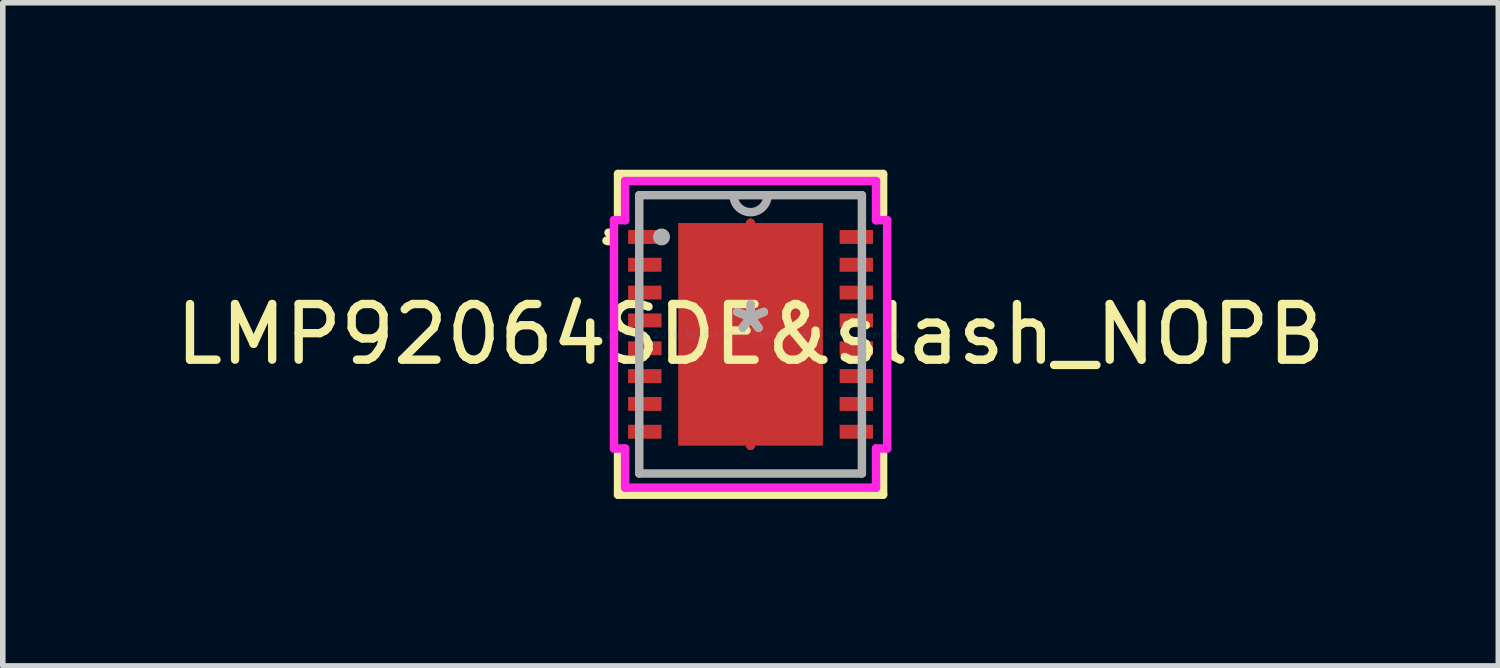
<source format=kicad_pcb>
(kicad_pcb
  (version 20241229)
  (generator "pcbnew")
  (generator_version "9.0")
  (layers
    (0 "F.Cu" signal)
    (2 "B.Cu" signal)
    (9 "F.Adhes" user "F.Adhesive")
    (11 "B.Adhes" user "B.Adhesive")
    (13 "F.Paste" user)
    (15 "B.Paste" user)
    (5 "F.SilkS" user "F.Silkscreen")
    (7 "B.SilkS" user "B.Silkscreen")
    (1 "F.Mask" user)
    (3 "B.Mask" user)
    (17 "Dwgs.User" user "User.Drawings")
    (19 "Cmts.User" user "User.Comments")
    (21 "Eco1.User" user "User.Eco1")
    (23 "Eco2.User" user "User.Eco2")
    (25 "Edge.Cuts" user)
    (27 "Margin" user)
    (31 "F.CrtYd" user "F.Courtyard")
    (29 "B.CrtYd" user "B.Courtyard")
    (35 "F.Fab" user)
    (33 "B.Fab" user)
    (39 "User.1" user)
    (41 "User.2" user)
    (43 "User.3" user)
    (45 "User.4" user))
  (footprint "LMP92064SDE&slash_NOPB"
    (layer "F.Cu")
    (at 10.435 2.957)
    (property "Reference" "LMP92064SDE&slash_NOPB" (at 0 0 0) (layer "F.SilkS") (effects (font (size 1 1) (thickness 0.15))))
    (attr through_hole)
    (fp_line (start 0 -2) (end 0 -2) (stroke (width 0.152) (type solid)) (layer "F.Cu"))
    (fp_line (start 0 -2) (end 0 -2) (stroke (width 0.152) (type solid)) (layer "F.Cu"))
    (fp_line (start 0 -2) (end 0 -2) (stroke (width 0.152) (type solid)) (layer "F.Cu"))
    (fp_line (start 0 -2) (end 0 -2) (stroke (width 0.152) (type solid)) (layer "F.Cu"))
    (fp_line (start 0 -2) (end 0 -2) (stroke (width 0.152) (type solid)) (layer "F.Cu"))
    (fp_line (start 0 -2) (end 0 -2) (stroke (width 0.152) (type solid)) (layer "F.Cu"))
    (fp_line (start 0 -2) (end 0 -2) (stroke (width 0.152) (type solid)) (layer "F.Cu"))
    (fp_line (start 0 -2) (end 0 -2) (stroke (width 0.152) (type solid)) (layer "F.Cu"))
    (fp_line (start 0 2) (end 0 2) (stroke (width 0.152) (type solid)) (layer "F.Cu"))
    (fp_line (start 0 2) (end 0 2) (stroke (width 0.152) (type solid)) (layer "F.Cu"))
    (fp_line (start 0 2) (end 0 2) (stroke (width 0.152) (type solid)) (layer "F.Cu"))
    (fp_line (start 0 2) (end 0 2) (stroke (width 0.152) (type solid)) (layer "F.Cu"))
    (fp_line (start 0 2) (end 0 2) (stroke (width 0.152) (type solid)) (layer "F.Cu"))
    (fp_line (start 0 2) (end 0 2) (stroke (width 0.152) (type solid)) (layer "F.Cu"))
    (fp_line (start 0 2) (end 0 2) (stroke (width 0.152) (type solid)) (layer "F.Cu"))
    (fp_line (start 0 2) (end 0 2) (stroke (width 0.152) (type solid)) (layer "F.Cu"))
    (fp_line (start -2.2 -1.875) (end -2.2 -1.625) (stroke (width 0.152) (type solid)) (layer "F.Mask"))
    (fp_line (start -2.2 -1.625) (end -1.6 -1.625) (stroke (width 0.152) (type solid)) (layer "F.Mask"))
    (fp_line (start -2.2 -1.375) (end -2.2 -1.125) (stroke (width 0.152) (type solid)) (layer "F.Mask"))
    (fp_line (start -2.2 -1.125) (end -1.6 -1.125) (stroke (width 0.152) (type solid)) (layer "F.Mask"))
    (fp_line (start -2.2 -0.875) (end -2.2 -0.625) (stroke (width 0.152) (type solid)) (layer "F.Mask"))
    (fp_line (start -2.2 -0.625) (end -1.6 -0.625) (stroke (width 0.152) (type solid)) (layer "F.Mask"))
    (fp_line (start -2.2 -0.375) (end -2.2 -0.125) (stroke (width 0.152) (type solid)) (layer "F.Mask"))
    (fp_line (start -2.2 -0.125) (end -1.6 -0.125) (stroke (width 0.152) (type solid)) (layer "F.Mask"))
    (fp_line (start -2.2 0.125) (end -2.2 0.375) (stroke (width 0.152) (type solid)) (layer "F.Mask"))
    (fp_line (start -2.2 0.375) (end -1.6 0.375) (stroke (width 0.152) (type solid)) (layer "F.Mask"))
    (fp_line (start -2.2 0.625) (end -2.2 0.875) (stroke (width 0.152) (type solid)) (layer "F.Mask"))
    (fp_line (start -2.2 0.875) (end -1.6 0.875) (stroke (width 0.152) (type solid)) (layer "F.Mask"))
    (fp_line (start -2.2 1.125) (end -2.2 1.375) (stroke (width 0.152) (type solid)) (layer "F.Mask"))
    (fp_line (start -2.2 1.375) (end -1.6 1.375) (stroke (width 0.152) (type solid)) (layer "F.Mask"))
    (fp_line (start -2.2 1.625) (end -2.2 1.875) (stroke (width 0.152) (type solid)) (layer "F.Mask"))
    (fp_line (start -2.2 1.875) (end -1.6 1.875) (stroke (width 0.152) (type solid)) (layer "F.Mask"))
    (fp_line (start -1.6 -1.875) (end -2.2 -1.875) (stroke (width 0.152) (type solid)) (layer "F.Mask"))
    (fp_line (start -1.6 -1.625) (end -1.6 -1.875) (stroke (width 0.152) (type solid)) (layer "F.Mask"))
    (fp_line (start -1.6 -1.375) (end -2.2 -1.375) (stroke (width 0.152) (type solid)) (layer "F.Mask"))
    (fp_line (start -1.6 -1.125) (end -1.6 -1.375) (stroke (width 0.152) (type solid)) (layer "F.Mask"))
    (fp_line (start -1.6 -0.875) (end -2.2 -0.875) (stroke (width 0.152) (type solid)) (layer "F.Mask"))
    (fp_line (start -1.6 -0.625) (end -1.6 -0.875) (stroke (width 0.152) (type solid)) (layer "F.Mask"))
    (fp_line (start -1.6 -0.375) (end -2.2 -0.375) (stroke (width 0.152) (type solid)) (layer "F.Mask"))
    (fp_line (start -1.6 -0.125) (end -1.6 -0.375) (stroke (width 0.152) (type solid)) (layer "F.Mask"))
    (fp_line (start -1.6 0.125) (end -2.2 0.125) (stroke (width 0.152) (type solid)) (layer "F.Mask"))
    (fp_line (start -1.6 0.375) (end -1.6 0.125) (stroke (width 0.152) (type solid)) (layer "F.Mask"))
    (fp_line (start -1.6 0.625) (end -2.2 0.625) (stroke (width 0.152) (type solid)) (layer "F.Mask"))
    (fp_line (start -1.6 0.875) (end -1.6 0.625) (stroke (width 0.152) (type solid)) (layer "F.Mask"))
    (fp_line (start -1.6 1.125) (end -2.2 1.125) (stroke (width 0.152) (type solid)) (layer "F.Mask"))
    (fp_line (start -1.6 1.375) (end -1.6 1.125) (stroke (width 0.152) (type solid)) (layer "F.Mask"))
    (fp_line (start -1.6 1.625) (end -2.2 1.625) (stroke (width 0.152) (type solid)) (layer "F.Mask"))
    (fp_line (start -1.6 1.875) (end -1.6 1.625) (stroke (width 0.152) (type solid)) (layer "F.Mask"))
    (fp_line (start 0 -2) (end 0 -2) (stroke (width 0.152) (type solid)) (layer "F.Mask"))
    (fp_line (start 0 -2) (end 0 -2) (stroke (width 0.152) (type solid)) (layer "F.Mask"))
    (fp_line (start 0 -2) (end 0 -2) (stroke (width 0.152) (type solid)) (layer "F.Mask"))
    (fp_line (start 0 -2) (end 0 -2) (stroke (width 0.152) (type solid)) (layer "F.Mask"))
    (fp_line (start 0 -2) (end 0 -2) (stroke (width 0.152) (type solid)) (layer "F.Mask"))
    (fp_line (start 0 -2) (end 0 -2) (stroke (width 0.152) (type solid)) (layer "F.Mask"))
    (fp_line (start 0 -2) (end 0 -2) (stroke (width 0.152) (type solid)) (layer "F.Mask"))
    (fp_line (start 0 -2) (end 0 -2) (stroke (width 0.152) (type solid)) (layer "F.Mask"))
    (fp_line (start 0 2) (end 0 2) (stroke (width 0.152) (type solid)) (layer "F.Mask"))
    (fp_line (start 0 2) (end 0 2) (stroke (width 0.152) (type solid)) (layer "F.Mask"))
    (fp_line (start 0 2) (end 0 2) (stroke (width 0.152) (type solid)) (layer "F.Mask"))
    (fp_line (start 0 2) (end 0 2) (stroke (width 0.152) (type solid)) (layer "F.Mask"))
    (fp_line (start 0 2) (end 0 2) (stroke (width 0.152) (type solid)) (layer "F.Mask"))
    (fp_line (start 0 2) (end 0 2) (stroke (width 0.152) (type solid)) (layer "F.Mask"))
    (fp_line (start 0 2) (end 0 2) (stroke (width 0.152) (type solid)) (layer "F.Mask"))
    (fp_line (start 0 2) (end 0 2) (stroke (width 0.152) (type solid)) (layer "F.Mask"))
    (fp_line (start 1.6 -1.875) (end 1.6 -1.625) (stroke (width 0.152) (type solid)) (layer "F.Mask"))
    (fp_line (start 1.6 -1.625) (end 2.2 -1.625) (stroke (width 0.152) (type solid)) (layer "F.Mask"))
    (fp_line (start 1.6 -1.375) (end 1.6 -1.125) (stroke (width 0.152) (type solid)) (layer "F.Mask"))
    (fp_line (start 1.6 -1.125) (end 2.2 -1.125) (stroke (width 0.152) (type solid)) (layer "F.Mask"))
    (fp_line (start 1.6 -0.875) (end 1.6 -0.625) (stroke (width 0.152) (type solid)) (layer "F.Mask"))
    (fp_line (start 1.6 -0.625) (end 2.2 -0.625) (stroke (width 0.152) (type solid)) (layer "F.Mask"))
    (fp_line (start 1.6 -0.375) (end 1.6 -0.125) (stroke (width 0.152) (type solid)) (layer "F.Mask"))
    (fp_line (start 1.6 -0.125) (end 2.2 -0.125) (stroke (width 0.152) (type solid)) (layer "F.Mask"))
    (fp_line (start 1.6 0.125) (end 1.6 0.375) (stroke (width 0.152) (type solid)) (layer "F.Mask"))
    (fp_line (start 1.6 0.375) (end 2.2 0.375) (stroke (width 0.152) (type solid)) (layer "F.Mask"))
    (fp_line (start 1.6 0.625) (end 1.6 0.875) (stroke (width 0.152) (type solid)) (layer "F.Mask"))
    (fp_line (start 1.6 0.875) (end 2.2 0.875) (stroke (width 0.152) (type solid)) (layer "F.Mask"))
    (fp_line (start 1.6 1.125) (end 1.6 1.375) (stroke (width 0.152) (type solid)) (layer "F.Mask"))
    (fp_line (start 1.6 1.375) (end 2.2 1.375) (stroke (width 0.152) (type solid)) (layer "F.Mask"))
    (fp_line (start 1.6 1.625) (end 1.6 1.875) (stroke (width 0.152) (type solid)) (layer "F.Mask"))
    (fp_line (start 1.6 1.875) (end 2.2 1.875) (stroke (width 0.152) (type solid)) (layer "F.Mask"))
    (fp_line (start 2.2 -1.875) (end 1.6 -1.875) (stroke (width 0.152) (type solid)) (layer "F.Mask"))
    (fp_line (start 2.2 -1.625) (end 2.2 -1.875) (stroke (width 0.152) (type solid)) (layer "F.Mask"))
    (fp_line (start 2.2 -1.375) (end 1.6 -1.375) (stroke (width 0.152) (type solid)) (layer "F.Mask"))
    (fp_line (start 2.2 -1.125) (end 2.2 -1.375) (stroke (width 0.152) (type solid)) (layer "F.Mask"))
    (fp_line (start 2.2 -0.875) (end 1.6 -0.875) (stroke (width 0.152) (type solid)) (layer "F.Mask"))
    (fp_line (start 2.2 -0.625) (end 2.2 -0.875) (stroke (width 0.152) (type solid)) (layer "F.Mask"))
    (fp_line (start 2.2 -0.375) (end 1.6 -0.375) (stroke (width 0.152) (type solid)) (layer "F.Mask"))
    (fp_line (start 2.2 -0.125) (end 2.2 -0.375) (stroke (width 0.152) (type solid)) (layer "F.Mask"))
    (fp_line (start 2.2 0.125) (end 1.6 0.125) (stroke (width 0.152) (type solid)) (layer "F.Mask"))
    (fp_line (start 2.2 0.375) (end 2.2 0.125) (stroke (width 0.152) (type solid)) (layer "F.Mask"))
    (fp_line (start 2.2 0.625) (end 1.6 0.625) (stroke (width 0.152) (type solid)) (layer "F.Mask"))
    (fp_line (start 2.2 0.875) (end 2.2 0.625) (stroke (width 0.152) (type solid)) (layer "F.Mask"))
    (fp_line (start 2.2 1.125) (end 1.6 1.125) (stroke (width 0.152) (type solid)) (layer "F.Mask"))
    (fp_line (start 2.2 1.375) (end 2.2 1.125) (stroke (width 0.152) (type solid)) (layer "F.Mask"))
    (fp_line (start 2.2 1.625) (end 1.6 1.625) (stroke (width 0.152) (type solid)) (layer "F.Mask"))
    (fp_line (start 2.2 1.875) (end 2.2 1.625) (stroke (width 0.152) (type solid)) (layer "F.Mask"))
    (fp_line (start -2.381 -2.881) (end -2.381 -2.154) (stroke (width 0.152) (type solid)) (layer "F.SilkS"))
    (fp_line (start -2.381 2.154) (end -2.381 2.881) (stroke (width 0.152) (type solid)) (layer "F.SilkS"))
    (fp_line (start -2.381 2.881) (end 2.381 2.881) (stroke (width 0.152) (type solid)) (layer "F.SilkS"))
    (fp_line (start 2.381 -2.881) (end -2.381 -2.881) (stroke (width 0.152) (type solid)) (layer "F.SilkS"))
    (fp_line (start 2.381 -2.154) (end 2.381 -2.881) (stroke (width 0.152) (type solid)) (layer "F.SilkS"))
    (fp_line (start 2.381 2.881) (end 2.381 2.154) (stroke (width 0.152) (type solid)) (layer "F.SilkS"))
    (fp_arc (start -2.5516 -1.8262) (mid -2.477771 -1.731139) (end -2.588149 -1.683137) (stroke (width 0.1524) (type solid)) (layer "F.SilkS"))
    (fp_line (start -2.2 -1.875) (end -2.2 -1.625) (stroke (width 0.152) (type solid)) (layer "F.Paste"))
    (fp_line (start -2.2 -1.625) (end -1.6 -1.625) (stroke (width 0.152) (type solid)) (layer "F.Paste"))
    (fp_line (start -2.2 -1.375) (end -2.2 -1.125) (stroke (width 0.152) (type solid)) (layer "F.Paste"))
    (fp_line (start -2.2 -1.125) (end -1.6 -1.125) (stroke (width 0.152) (type solid)) (layer "F.Paste"))
    (fp_line (start -2.2 -0.875) (end -2.2 -0.625) (stroke (width 0.152) (type solid)) (layer "F.Paste"))
    (fp_line (start -2.2 -0.625) (end -1.6 -0.625) (stroke (width 0.152) (type solid)) (layer "F.Paste"))
    (fp_line (start -2.2 -0.375) (end -2.2 -0.125) (stroke (width 0.152) (type solid)) (layer "F.Paste"))
    (fp_line (start -2.2 -0.125) (end -1.6 -0.125) (stroke (width 0.152) (type solid)) (layer "F.Paste"))
    (fp_line (start -2.2 0.125) (end -2.2 0.375) (stroke (width 0.152) (type solid)) (layer "F.Paste"))
    (fp_line (start -2.2 0.375) (end -1.6 0.375) (stroke (width 0.152) (type solid)) (layer "F.Paste"))
    (fp_line (start -2.2 0.625) (end -2.2 0.875) (stroke (width 0.152) (type solid)) (layer "F.Paste"))
    (fp_line (start -2.2 0.875) (end -1.6 0.875) (stroke (width 0.152) (type solid)) (layer "F.Paste"))
    (fp_line (start -2.2 1.125) (end -2.2 1.375) (stroke (width 0.152) (type solid)) (layer "F.Paste"))
    (fp_line (start -2.2 1.375) (end -1.6 1.375) (stroke (width 0.152) (type solid)) (layer "F.Paste"))
    (fp_line (start -2.2 1.625) (end -2.2 1.875) (stroke (width 0.152) (type solid)) (layer "F.Paste"))
    (fp_line (start -2.2 1.875) (end -1.6 1.875) (stroke (width 0.152) (type solid)) (layer "F.Paste"))
    (fp_line (start -1.6 -1.875) (end -2.2 -1.875) (stroke (width 0.152) (type solid)) (layer "F.Paste"))
    (fp_line (start -1.6 -1.625) (end -1.6 -1.875) (stroke (width 0.152) (type solid)) (layer "F.Paste"))
    (fp_line (start -1.6 -1.375) (end -2.2 -1.375) (stroke (width 0.152) (type solid)) (layer "F.Paste"))
    (fp_line (start -1.6 -1.125) (end -1.6 -1.375) (stroke (width 0.152) (type solid)) (layer "F.Paste"))
    (fp_line (start -1.6 -0.875) (end -2.2 -0.875) (stroke (width 0.152) (type solid)) (layer "F.Paste"))
    (fp_line (start -1.6 -0.625) (end -1.6 -0.875) (stroke (width 0.152) (type solid)) (layer "F.Paste"))
    (fp_line (start -1.6 -0.375) (end -2.2 -0.375) (stroke (width 0.152) (type solid)) (layer "F.Paste"))
    (fp_line (start -1.6 -0.125) (end -1.6 -0.375) (stroke (width 0.152) (type solid)) (layer "F.Paste"))
    (fp_line (start -1.6 0.125) (end -2.2 0.125) (stroke (width 0.152) (type solid)) (layer "F.Paste"))
    (fp_line (start -1.6 0.375) (end -1.6 0.125) (stroke (width 0.152) (type solid)) (layer "F.Paste"))
    (fp_line (start -1.6 0.625) (end -2.2 0.625) (stroke (width 0.152) (type solid)) (layer "F.Paste"))
    (fp_line (start -1.6 0.875) (end -1.6 0.625) (stroke (width 0.152) (type solid)) (layer "F.Paste"))
    (fp_line (start -1.6 1.125) (end -2.2 1.125) (stroke (width 0.152) (type solid)) (layer "F.Paste"))
    (fp_line (start -1.6 1.375) (end -1.6 1.125) (stroke (width 0.152) (type solid)) (layer "F.Paste"))
    (fp_line (start -1.6 1.625) (end -2.2 1.625) (stroke (width 0.152) (type solid)) (layer "F.Paste"))
    (fp_line (start -1.6 1.875) (end -1.6 1.625) (stroke (width 0.152) (type solid)) (layer "F.Paste"))
    (fp_line (start -1.2 -1.9) (end -1.2 -0.767) (stroke (width 0.152) (type solid)) (layer "F.Paste"))
    (fp_line (start -1.2 -0.767) (end -0.1 -0.767) (stroke (width 0.152) (type solid)) (layer "F.Paste"))
    (fp_line (start -1.2 -0.567) (end -1.2 0.567) (stroke (width 0.152) (type solid)) (layer "F.Paste"))
    (fp_line (start -1.2 0.567) (end -0.1 0.567) (stroke (width 0.152) (type solid)) (layer "F.Paste"))
    (fp_line (start -1.2 0.767) (end -1.2 1.9) (stroke (width 0.152) (type solid)) (layer "F.Paste"))
    (fp_line (start -1.2 1.9) (end -0.1 1.9) (stroke (width 0.152) (type solid)) (layer "F.Paste"))
    (fp_line (start -0.1 -1.9) (end -1.2 -1.9) (stroke (width 0.152) (type solid)) (layer "F.Paste"))
    (fp_line (start -0.1 -0.767) (end -0.1 -1.9) (stroke (width 0.152) (type solid)) (layer "F.Paste"))
    (fp_line (start -0.1 -0.567) (end -1.2 -0.567) (stroke (width 0.152) (type solid)) (layer "F.Paste"))
    (fp_line (start -0.1 0.567) (end -0.1 -0.567) (stroke (width 0.152) (type solid)) (layer "F.Paste"))
    (fp_line (start -0.1 0.767) (end -1.2 0.767) (stroke (width 0.152) (type solid)) (layer "F.Paste"))
    (fp_line (start -0.1 1.9) (end -0.1 0.767) (stroke (width 0.152) (type solid)) (layer "F.Paste"))
    (fp_line (start 0.1 -1.9) (end 0.1 -0.767) (stroke (width 0.152) (type solid)) (layer "F.Paste"))
    (fp_line (start 0.1 -0.767) (end 1.2 -0.767) (stroke (width 0.152) (type solid)) (layer "F.Paste"))
    (fp_line (start 0.1 -0.567) (end 0.1 0.567) (stroke (width 0.152) (type solid)) (layer "F.Paste"))
    (fp_line (start 0.1 0.567) (end 1.2 0.567) (stroke (width 0.152) (type solid)) (layer "F.Paste"))
    (fp_line (start 0.1 0.767) (end 0.1 1.9) (stroke (width 0.152) (type solid)) (layer "F.Paste"))
    (fp_line (start 0.1 1.9) (end 1.2 1.9) (stroke (width 0.152) (type solid)) (layer "F.Paste"))
    (fp_line (start 1.2 -1.9) (end 0.1 -1.9) (stroke (width 0.152) (type solid)) (layer "F.Paste"))
    (fp_line (start 1.2 -0.767) (end 1.2 -1.9) (stroke (width 0.152) (type solid)) (layer "F.Paste"))
    (fp_line (start 1.2 -0.567) (end 0.1 -0.567) (stroke (width 0.152) (type solid)) (layer "F.Paste"))
    (fp_line (start 1.2 0.567) (end 1.2 -0.567) (stroke (width 0.152) (type solid)) (layer "F.Paste"))
    (fp_line (start 1.2 0.767) (end 0.1 0.767) (stroke (width 0.152) (type solid)) (layer "F.Paste"))
    (fp_line (start 1.2 1.9) (end 1.2 0.767) (stroke (width 0.152) (type solid)) (layer "F.Paste"))
    (fp_line (start 1.6 -1.875) (end 1.6 -1.625) (stroke (width 0.152) (type solid)) (layer "F.Paste"))
    (fp_line (start 1.6 -1.625) (end 2.2 -1.625) (stroke (width 0.152) (type solid)) (layer "F.Paste"))
    (fp_line (start 1.6 -1.375) (end 1.6 -1.125) (stroke (width 0.152) (type solid)) (layer "F.Paste"))
    (fp_line (start 1.6 -1.125) (end 2.2 -1.125) (stroke (width 0.152) (type solid)) (layer "F.Paste"))
    (fp_line (start 1.6 -0.875) (end 1.6 -0.625) (stroke (width 0.152) (type solid)) (layer "F.Paste"))
    (fp_line (start 1.6 -0.625) (end 2.2 -0.625) (stroke (width 0.152) (type solid)) (layer "F.Paste"))
    (fp_line (start 1.6 -0.375) (end 1.6 -0.125) (stroke (width 0.152) (type solid)) (layer "F.Paste"))
    (fp_line (start 1.6 -0.125) (end 2.2 -0.125) (stroke (width 0.152) (type solid)) (layer "F.Paste"))
    (fp_line (start 1.6 0.125) (end 1.6 0.375) (stroke (width 0.152) (type solid)) (layer "F.Paste"))
    (fp_line (start 1.6 0.375) (end 2.2 0.375) (stroke (width 0.152) (type solid)) (layer "F.Paste"))
    (fp_line (start 1.6 0.625) (end 1.6 0.875) (stroke (width 0.152) (type solid)) (layer "F.Paste"))
    (fp_line (start 1.6 0.875) (end 2.2 0.875) (stroke (width 0.152) (type solid)) (layer "F.Paste"))
    (fp_line (start 1.6 1.125) (end 1.6 1.375) (stroke (width 0.152) (type solid)) (layer "F.Paste"))
    (fp_line (start 1.6 1.375) (end 2.2 1.375) (stroke (width 0.152) (type solid)) (layer "F.Paste"))
    (fp_line (start 1.6 1.625) (end 1.6 1.875) (stroke (width 0.152) (type solid)) (layer "F.Paste"))
    (fp_line (start 1.6 1.875) (end 2.2 1.875) (stroke (width 0.152) (type solid)) (layer "F.Paste"))
    (fp_line (start 2.2 -1.875) (end 1.6 -1.875) (stroke (width 0.152) (type solid)) (layer "F.Paste"))
    (fp_line (start 2.2 -1.625) (end 2.2 -1.875) (stroke (width 0.152) (type solid)) (layer "F.Paste"))
    (fp_line (start 2.2 -1.375) (end 1.6 -1.375) (stroke (width 0.152) (type solid)) (layer "F.Paste"))
    (fp_line (start 2.2 -1.125) (end 2.2 -1.375) (stroke (width 0.152) (type solid)) (layer "F.Paste"))
    (fp_line (start 2.2 -0.875) (end 1.6 -0.875) (stroke (width 0.152) (type solid)) (layer "F.Paste"))
    (fp_line (start 2.2 -0.625) (end 2.2 -0.875) (stroke (width 0.152) (type solid)) (layer "F.Paste"))
    (fp_line (start 2.2 -0.375) (end 1.6 -0.375) (stroke (width 0.152) (type solid)) (layer "F.Paste"))
    (fp_line (start 2.2 -0.125) (end 2.2 -0.375) (stroke (width 0.152) (type solid)) (layer "F.Paste"))
    (fp_line (start 2.2 0.125) (end 1.6 0.125) (stroke (width 0.152) (type solid)) (layer "F.Paste"))
    (fp_line (start 2.2 0.375) (end 2.2 0.125) (stroke (width 0.152) (type solid)) (layer "F.Paste"))
    (fp_line (start 2.2 0.625) (end 1.6 0.625) (stroke (width 0.152) (type solid)) (layer "F.Paste"))
    (fp_line (start 2.2 0.875) (end 2.2 0.625) (stroke (width 0.152) (type solid)) (layer "F.Paste"))
    (fp_line (start 2.2 1.125) (end 1.6 1.125) (stroke (width 0.152) (type solid)) (layer "F.Paste"))
    (fp_line (start 2.2 1.375) (end 2.2 1.125) (stroke (width 0.152) (type solid)) (layer "F.Paste"))
    (fp_line (start 2.2 1.625) (end 1.6 1.625) (stroke (width 0.152) (type solid)) (layer "F.Paste"))
    (fp_line (start 2.2 1.875) (end 2.2 1.625) (stroke (width 0.152) (type solid)) (layer "F.Paste"))
    (fp_line (start -2.454 -2.051) (end -2.254 -2.051) (stroke (width 0.152) (type solid)) (layer "F.CrtYd"))
    (fp_line (start -2.454 2.051) (end -2.454 -2.051) (stroke (width 0.152) (type solid)) (layer "F.CrtYd"))
    (fp_line (start -2.254 -2.754) (end 2.254 -2.754) (stroke (width 0.152) (type solid)) (layer "F.CrtYd"))
    (fp_line (start -2.254 -2.051) (end -2.254 -2.754) (stroke (width 0.152) (type solid)) (layer "F.CrtYd"))
    (fp_line (start -2.254 2.051) (end -2.454 2.051) (stroke (width 0.152) (type solid)) (layer "F.CrtYd"))
    (fp_line (start -2.254 2.754) (end -2.254 2.051) (stroke (width 0.152) (type solid)) (layer "F.CrtYd"))
    (fp_line (start 2.254 -2.754) (end 2.254 -2.051) (stroke (width 0.152) (type solid)) (layer "F.CrtYd"))
    (fp_line (start 2.254 -2.051) (end 2.454 -2.051) (stroke (width 0.152) (type solid)) (layer "F.CrtYd"))
    (fp_line (start 2.254 2.051) (end 2.254 2.754) (stroke (width 0.152) (type solid)) (layer "F.CrtYd"))
    (fp_line (start 2.254 2.754) (end -2.254 2.754) (stroke (width 0.152) (type solid)) (layer "F.CrtYd"))
    (fp_line (start 2.454 -2.051) (end 2.454 2.051) (stroke (width 0.152) (type solid)) (layer "F.CrtYd"))
    (fp_line (start 2.454 2.051) (end 2.254 2.051) (stroke (width 0.152) (type solid)) (layer "F.CrtYd"))
    (fp_line (start -2 -2.5) (end -2 2.5) (stroke (width 0.152) (type solid)) (layer "F.Fab"))
    (fp_line (start -2 2.5) (end 2 2.5) (stroke (width 0.152) (type solid)) (layer "F.Fab"))
    (fp_line (start 2 -2.5) (end -2 -2.5) (stroke (width 0.152) (type solid)) (layer "F.Fab"))
    (fp_line (start 2 2.5) (end 2 -2.5) (stroke (width 0.152) (type solid)) (layer "F.Fab"))
    (fp_arc (start 0.3048 -2.5) (mid 0 -2.1952) (end -0.3048 -2.5) (stroke (width 0.1524) (type solid)) (layer "F.Fab"))
    (fp_circle (center -1.6 -1.75) (end -1.524 -1.75) (stroke (width 0.152) (type solid)) (fill no) (layer "F.Fab"))
    (fp_text user "*" (at 0 0 0) (layer "F.SilkS") (effects (font (size 1 1) (thickness 0.15))))
    (fp_text user "Copyright 2016 Accelerated Designs. All rights reserved." (at 0 0 0) (layer "Cmts.User") (effects (font (size 0.127 0.127) (thickness 0.002))))
    (fp_text user "*" (at 0 0 0) (layer "F.Fab") (effects (font (size 1 1) (thickness 0.15))))
    (pad "1" smd rect (at -1.9 -1.75) (size 0.6 0.25) (layers "F.Cu" "F.Mask" "F.Paste"))
    (pad "2" smd rect (at -1.9 -1.25) (size 0.6 0.25) (layers "F.Cu" "F.Mask" "F.Paste"))
    (pad "3" smd rect (at -1.9 -0.75) (size 0.6 0.25) (layers "F.Cu" "F.Mask" "F.Paste"))
    (pad "4" smd rect (at -1.9 -0.25) (size 0.6 0.25) (layers "F.Cu" "F.Mask" "F.Paste"))
    (pad "5" smd rect (at -1.9 0.25) (size 0.6 0.25) (layers "F.Cu" "F.Mask" "F.Paste"))
    (pad "6" smd rect (at -1.9 0.75) (size 0.6 0.25) (layers "F.Cu" "F.Mask" "F.Paste"))
    (pad "7" smd rect (at -1.9 1.25) (size 0.6 0.25) (layers "F.Cu" "F.Mask" "F.Paste"))
    (pad "8" smd rect (at -1.9 1.75) (size 0.6 0.25) (layers "F.Cu" "F.Mask" "F.Paste"))
    (pad "9" smd rect (at 1.9 1.75) (size 0.6 0.25) (layers "F.Cu" "F.Mask" "F.Paste"))
    (pad "10" smd rect (at 1.9 1.25) (size 0.6 0.25) (layers "F.Cu" "F.Mask" "F.Paste"))
    (pad "11" smd rect (at 1.9 0.75) (size 0.6 0.25) (layers "F.Cu" "F.Mask" "F.Paste"))
    (pad "12" smd rect (at 1.9 0.25) (size 0.6 0.25) (layers "F.Cu" "F.Mask" "F.Paste"))
    (pad "13" smd rect (at 1.9 -0.25) (size 0.6 0.25) (layers "F.Cu" "F.Mask" "F.Paste"))
    (pad "14" smd rect (at 1.9 -0.75) (size 0.6 0.25) (layers "F.Cu" "F.Mask" "F.Paste"))
    (pad "15" smd rect (at 1.9 -1.25) (size 0.6 0.25) (layers "F.Cu" "F.Mask" "F.Paste"))
    (pad "16" smd rect (at 1.9 -1.75) (size 0.6 0.25) (layers "F.Cu" "F.Mask" "F.Paste"))
    (pad "17" smd rect (at 0 0) (size 2.6 4) (layers "F.Cu" "F.Mask" "F.Paste")))
  (gr_rect
    (start -3 -3)
    (end 23.869 8.914)
    (stroke (width 0.1) (type default))
    (fill no)
    (layer "Edge.Cuts")))
</source>
